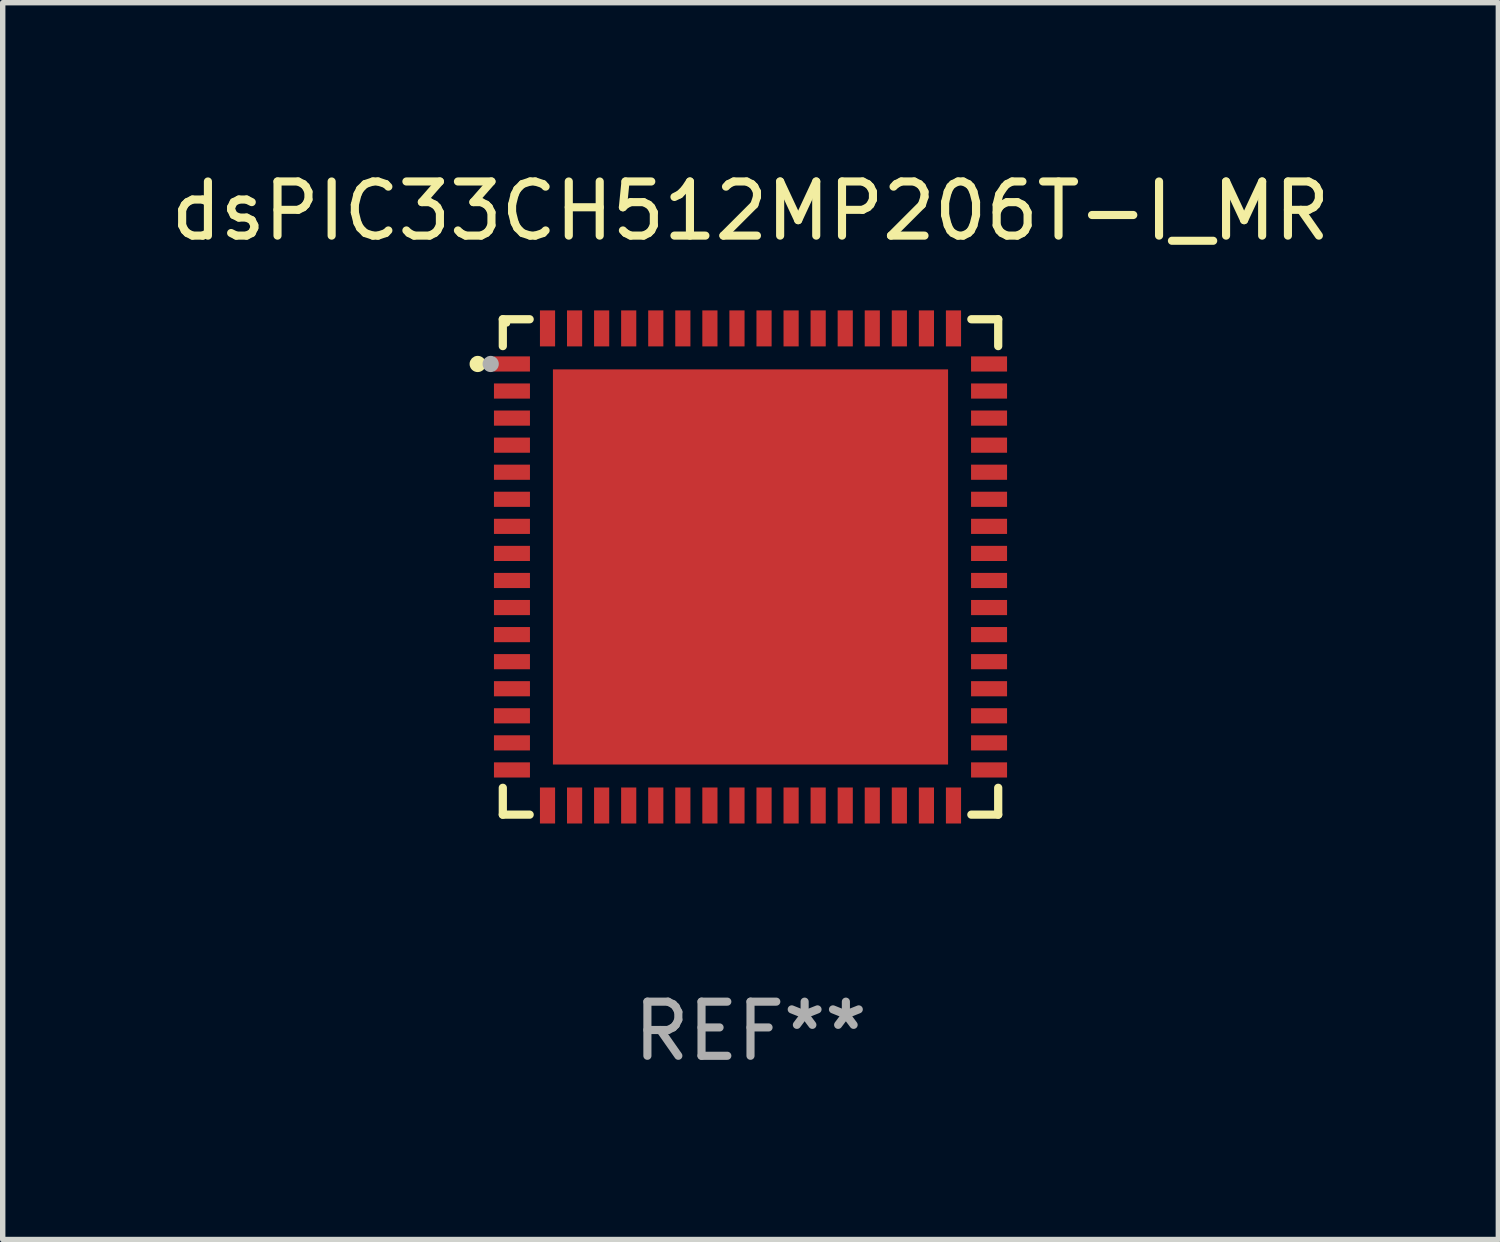
<source format=kicad_pcb>
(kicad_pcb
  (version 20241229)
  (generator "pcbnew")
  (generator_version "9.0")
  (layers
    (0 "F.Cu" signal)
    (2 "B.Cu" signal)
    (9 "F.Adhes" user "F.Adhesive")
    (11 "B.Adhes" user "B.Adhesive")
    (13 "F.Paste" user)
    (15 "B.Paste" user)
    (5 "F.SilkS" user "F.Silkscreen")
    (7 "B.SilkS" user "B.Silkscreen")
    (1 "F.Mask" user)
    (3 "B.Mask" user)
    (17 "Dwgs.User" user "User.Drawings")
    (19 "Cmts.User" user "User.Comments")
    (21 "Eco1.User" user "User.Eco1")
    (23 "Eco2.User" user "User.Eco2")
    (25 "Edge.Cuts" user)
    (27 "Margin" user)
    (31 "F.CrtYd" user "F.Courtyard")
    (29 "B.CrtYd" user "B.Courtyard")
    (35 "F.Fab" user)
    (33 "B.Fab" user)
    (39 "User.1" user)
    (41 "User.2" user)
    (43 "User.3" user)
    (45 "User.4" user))
  (footprint "dsPIC33CH512MP206T-I_MR"
    (layer "F.Cu")
    (at 10.815 7.424)
    (property "Reference" "dsPIC33CH512MP206T-I_MR" (at 0 -6.576 0) (layer "F.SilkS") (effects (font (size 1 1) (thickness 0.15))))
    (attr through_hole)
    (fp_line (start -4.576 -4.576) (end -4.576 -4.08) (stroke (width 0.152) (type solid)) (layer "F.SilkS"))
    (fp_line (start -4.576 4.576) (end -4.576 4.08) (stroke (width 0.152) (type solid)) (layer "F.SilkS"))
    (fp_line (start -4.08 -4.576) (end -4.576 -4.576) (stroke (width 0.152) (type solid)) (layer "F.SilkS"))
    (fp_line (start -4.08 4.576) (end -4.576 4.576) (stroke (width 0.152) (type solid)) (layer "F.SilkS"))
    (fp_line (start 4.08 -4.576) (end 4.576 -4.576) (stroke (width 0.152) (type solid)) (layer "F.SilkS"))
    (fp_line (start 4.08 4.576) (end 4.576 4.576) (stroke (width 0.152) (type solid)) (layer "F.SilkS"))
    (fp_line (start 4.576 -4.576) (end 4.576 -4.08) (stroke (width 0.152) (type solid)) (layer "F.SilkS"))
    (fp_line (start 4.576 4.576) (end 4.576 4.08) (stroke (width 0.152) (type solid)) (layer "F.SilkS"))
    (fp_circle (center -5.04 -3.75) (end -4.965 -3.75) (stroke (width 0.15) (type solid)) (fill no) (layer "F.SilkS"))
    (fp_circle (center -4.5 -4.5) (end -4.47 -4.5) (stroke (width 0.06) (type solid)) (fill no) (layer "F.SilkS"))
    (fp_circle (center -4.8 -3.75) (end -4.725 -3.75) (stroke (width 0.15) (type solid)) (fill no) (layer "F.Fab"))
    (fp_text user "REF**" (at 0 8.576 0) (layer "F.Fab") (effects (font (size 1 1) (thickness 0.15))))
    (pad "1" smd rect (at -4.407 -3.75) (size 0.665 0.28) (layers "F.Cu" "F.Mask" "F.Paste"))
    (pad "2" smd rect (at -4.407 -3.25) (size 0.665 0.28) (layers "F.Cu" "F.Mask" "F.Paste"))
    (pad "3" smd rect (at -4.407 -2.75) (size 0.665 0.28) (layers "F.Cu" "F.Mask" "F.Paste"))
    (pad "4" smd rect (at -4.407 -2.25) (size 0.665 0.28) (layers "F.Cu" "F.Mask" "F.Paste"))
    (pad "5" smd rect (at -4.407 -1.75) (size 0.665 0.28) (layers "F.Cu" "F.Mask" "F.Paste"))
    (pad "6" smd rect (at -4.407 -1.25) (size 0.665 0.28) (layers "F.Cu" "F.Mask" "F.Paste"))
    (pad "7" smd rect (at -4.407 -0.75) (size 0.665 0.28) (layers "F.Cu" "F.Mask" "F.Paste"))
    (pad "8" smd rect (at -4.407 -0.25) (size 0.665 0.28) (layers "F.Cu" "F.Mask" "F.Paste"))
    (pad "9" smd rect (at -4.407 0.25) (size 0.665 0.28) (layers "F.Cu" "F.Mask" "F.Paste"))
    (pad "10" smd rect (at -4.407 0.75) (size 0.665 0.28) (layers "F.Cu" "F.Mask" "F.Paste"))
    (pad "11" smd rect (at -4.407 1.25) (size 0.665 0.28) (layers "F.Cu" "F.Mask" "F.Paste"))
    (pad "12" smd rect (at -4.407 1.75) (size 0.665 0.28) (layers "F.Cu" "F.Mask" "F.Paste"))
    (pad "13" smd rect (at -4.407 2.25) (size 0.665 0.28) (layers "F.Cu" "F.Mask" "F.Paste"))
    (pad "14" smd rect (at -4.407 2.75) (size 0.665 0.28) (layers "F.Cu" "F.Mask" "F.Paste"))
    (pad "15" smd rect (at -4.407 3.25) (size 0.665 0.28) (layers "F.Cu" "F.Mask" "F.Paste"))
    (pad "16" smd rect (at -4.407 3.75) (size 0.665 0.28) (layers "F.Cu" "F.Mask" "F.Paste"))
    (pad "17" smd rect (at -3.75 4.407) (size 0.28 0.665) (layers "F.Cu" "F.Mask" "F.Paste"))
    (pad "18" smd rect (at -3.25 4.407) (size 0.28 0.665) (layers "F.Cu" "F.Mask" "F.Paste"))
    (pad "19" smd rect (at -2.75 4.407) (size 0.28 0.665) (layers "F.Cu" "F.Mask" "F.Paste"))
    (pad "20" smd rect (at -2.25 4.407) (size 0.28 0.665) (layers "F.Cu" "F.Mask" "F.Paste"))
    (pad "21" smd rect (at -1.75 4.407) (size 0.28 0.665) (layers "F.Cu" "F.Mask" "F.Paste"))
    (pad "22" smd rect (at -1.25 4.407) (size 0.28 0.665) (layers "F.Cu" "F.Mask" "F.Paste"))
    (pad "23" smd rect (at -0.75 4.407) (size 0.28 0.665) (layers "F.Cu" "F.Mask" "F.Paste"))
    (pad "24" smd rect (at -0.25 4.407) (size 0.28 0.665) (layers "F.Cu" "F.Mask" "F.Paste"))
    (pad "25" smd rect (at 0.25 4.407) (size 0.28 0.665) (layers "F.Cu" "F.Mask" "F.Paste"))
    (pad "26" smd rect (at 0.75 4.407) (size 0.28 0.665) (layers "F.Cu" "F.Mask" "F.Paste"))
    (pad "27" smd rect (at 1.25 4.407) (size 0.28 0.665) (layers "F.Cu" "F.Mask" "F.Paste"))
    (pad "28" smd rect (at 1.75 4.407) (size 0.28 0.665) (layers "F.Cu" "F.Mask" "F.Paste"))
    (pad "29" smd rect (at 2.25 4.407) (size 0.28 0.665) (layers "F.Cu" "F.Mask" "F.Paste"))
    (pad "30" smd rect (at 2.75 4.407) (size 0.28 0.665) (layers "F.Cu" "F.Mask" "F.Paste"))
    (pad "31" smd rect (at 3.25 4.407) (size 0.28 0.665) (layers "F.Cu" "F.Mask" "F.Paste"))
    (pad "32" smd rect (at 3.75 4.407) (size 0.28 0.665) (layers "F.Cu" "F.Mask" "F.Paste"))
    (pad "33" smd rect (at 4.407 3.75) (size 0.665 0.28) (layers "F.Cu" "F.Mask" "F.Paste"))
    (pad "34" smd rect (at 4.407 3.25) (size 0.665 0.28) (layers "F.Cu" "F.Mask" "F.Paste"))
    (pad "35" smd rect (at 4.407 2.75) (size 0.665 0.28) (layers "F.Cu" "F.Mask" "F.Paste"))
    (pad "36" smd rect (at 4.407 2.25) (size 0.665 0.28) (layers "F.Cu" "F.Mask" "F.Paste"))
    (pad "37" smd rect (at 4.407 1.75) (size 0.665 0.28) (layers "F.Cu" "F.Mask" "F.Paste"))
    (pad "38" smd rect (at 4.407 1.25) (size 0.665 0.28) (layers "F.Cu" "F.Mask" "F.Paste"))
    (pad "39" smd rect (at 4.407 0.75) (size 0.665 0.28) (layers "F.Cu" "F.Mask" "F.Paste"))
    (pad "40" smd rect (at 4.407 0.25) (size 0.665 0.28) (layers "F.Cu" "F.Mask" "F.Paste"))
    (pad "41" smd rect (at 4.407 -0.25) (size 0.665 0.28) (layers "F.Cu" "F.Mask" "F.Paste"))
    (pad "42" smd rect (at 4.407 -0.75) (size 0.665 0.28) (layers "F.Cu" "F.Mask" "F.Paste"))
    (pad "43" smd rect (at 4.407 -1.25) (size 0.665 0.28) (layers "F.Cu" "F.Mask" "F.Paste"))
    (pad "44" smd rect (at 4.407 -1.75) (size 0.665 0.28) (layers "F.Cu" "F.Mask" "F.Paste"))
    (pad "45" smd rect (at 4.407 -2.25) (size 0.665 0.28) (layers "F.Cu" "F.Mask" "F.Paste"))
    (pad "46" smd rect (at 4.407 -2.75) (size 0.665 0.28) (layers "F.Cu" "F.Mask" "F.Paste"))
    (pad "47" smd rect (at 4.407 -3.25) (size 0.665 0.28) (layers "F.Cu" "F.Mask" "F.Paste"))
    (pad "48" smd rect (at 4.407 -3.75) (size 0.665 0.28) (layers "F.Cu" "F.Mask" "F.Paste"))
    (pad "49" smd rect (at 3.75 -4.407) (size 0.28 0.665) (layers "F.Cu" "F.Mask" "F.Paste"))
    (pad "50" smd rect (at 3.25 -4.407) (size 0.28 0.665) (layers "F.Cu" "F.Mask" "F.Paste"))
    (pad "51" smd rect (at 2.75 -4.407) (size 0.28 0.665) (layers "F.Cu" "F.Mask" "F.Paste"))
    (pad "52" smd rect (at 2.25 -4.407) (size 0.28 0.665) (layers "F.Cu" "F.Mask" "F.Paste"))
    (pad "53" smd rect (at 1.75 -4.407) (size 0.28 0.665) (layers "F.Cu" "F.Mask" "F.Paste"))
    (pad "54" smd rect (at 1.25 -4.407) (size 0.28 0.665) (layers "F.Cu" "F.Mask" "F.Paste"))
    (pad "55" smd rect (at 0.75 -4.407) (size 0.28 0.665) (layers "F.Cu" "F.Mask" "F.Paste"))
    (pad "56" smd rect (at 0.25 -4.407) (size 0.28 0.665) (layers "F.Cu" "F.Mask" "F.Paste"))
    (pad "57" smd rect (at -0.25 -4.407) (size 0.28 0.665) (layers "F.Cu" "F.Mask" "F.Paste"))
    (pad "58" smd rect (at -0.75 -4.407) (size 0.28 0.665) (layers "F.Cu" "F.Mask" "F.Paste"))
    (pad "59" smd rect (at -1.25 -4.407) (size 0.28 0.665) (layers "F.Cu" "F.Mask" "F.Paste"))
    (pad "60" smd rect (at -1.75 -4.407) (size 0.28 0.665) (layers "F.Cu" "F.Mask" "F.Paste"))
    (pad "61" smd rect (at -2.25 -4.407) (size 0.28 0.665) (layers "F.Cu" "F.Mask" "F.Paste"))
    (pad "62" smd rect (at -2.75 -4.407) (size 0.28 0.665) (layers "F.Cu" "F.Mask" "F.Paste"))
    (pad "63" smd rect (at -3.25 -4.407) (size 0.28 0.665) (layers "F.Cu" "F.Mask" "F.Paste"))
    (pad "64" smd rect (at -3.75 -4.407) (size 0.28 0.665) (layers "F.Cu" "F.Mask" "F.Paste"))
    (pad "65" smd rect (at 0 0) (size 7.3 7.3) (layers "F.Cu" "F.Mask" "F.Paste")))
  (gr_rect
    (start -3 -3)
    (end 24.631 19.849)
    (stroke (width 0.1) (type default))
    (fill no)
    (layer "Edge.Cuts")))
</source>
